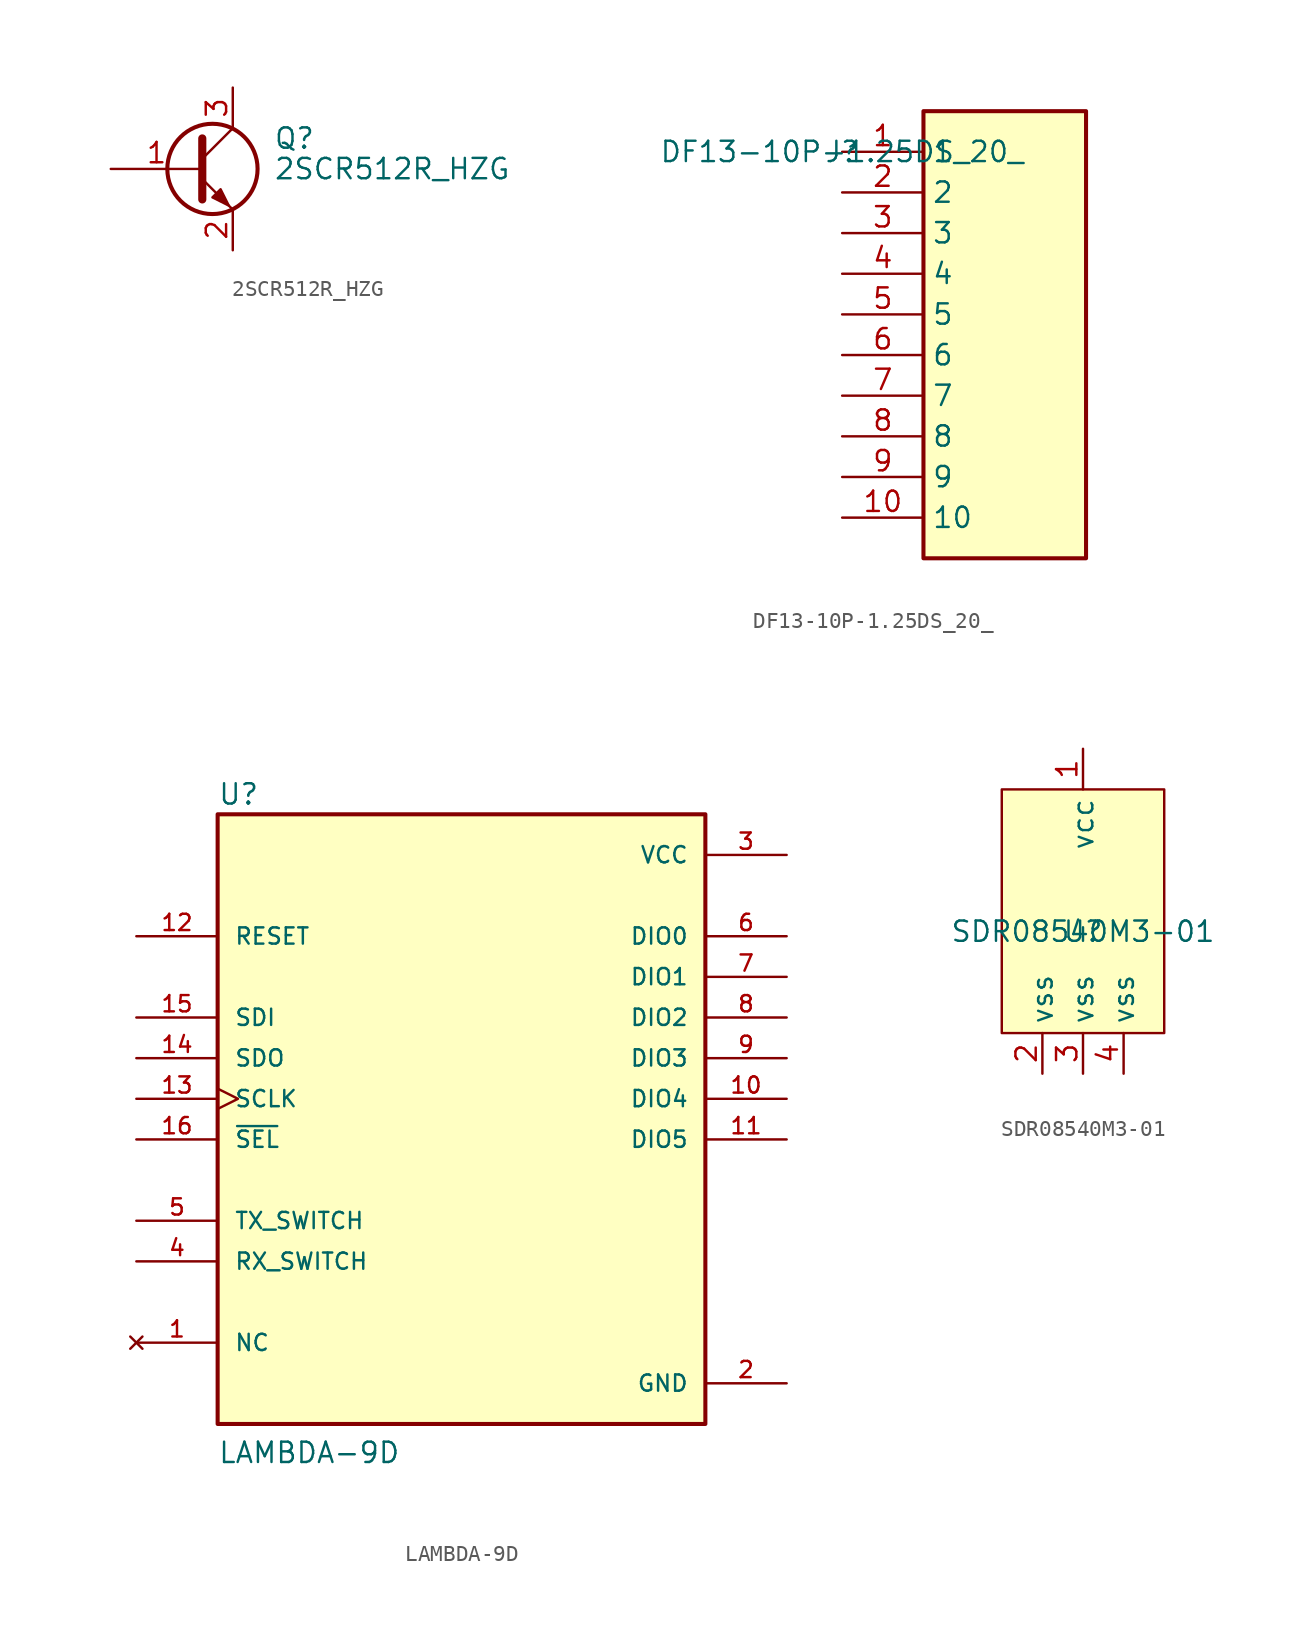
<source format=kicad_sym>
(kicad_symbol_lib
  (version 20211014)
  (generator kicad_symbol_editor)
  (symbol "2SCR512R_HZG"
    (pin_names
      (offset 0) hide)
    (property "Reference" "Q"
      (at 5.08 1.905 0)
      (effects (font (size 1.27 1.27)) (justify left)))
    (property "Value" "2SCR512R_HZG"
      (at 5.08 0 0)
      (effects (font (size 1.27 1.27)) (justify left)))
    (symbol "2SCR512R_HZG_0_1"
      (polyline (pts (xy 0.635 0.635) (xy 2.54 2.54)) (stroke (width 0) (type default) (color 0 0 0 0)) (fill (type none)))
      (polyline (pts (xy 0.635 -0.635) (xy 2.54 -2.54) (xy 2.54 -2.54)) (stroke (width 0) (type default) (color 0 0 0 0)) (fill (type none)))
      (polyline (pts (xy 0.635 1.905) (xy 0.635 -1.905) (xy 0.635 -1.905)) (stroke (width 0.508) (type default) (color 0 0 0 0)) (fill (type none)))
      (polyline (pts (xy 1.27 -1.778) (xy 1.778 -1.27) (xy 2.286 -2.286) (xy 1.27 -1.778) (xy 1.27 -1.778)) (stroke (width 0) (type default) (color 0 0 0 0)) (fill (type outline)))
      (circle (center 1.27 0) (radius 2.819) (stroke (width 0.254) (type default) (color 0 0 0 0)) (fill (type none))))
    (symbol "2SCR512R_HZG_1_1"
      (pin passive line (at -5.08 0 0) (length 5.715) (name "B" (effects (font (size 1.27 1.27)))) (number "1" (effects (font (size 1.27 1.27)))))
      (pin passive line (at 2.54 -5.08 90) (length 2.54) (name "E" (effects (font (size 1.27 1.27)))) (number "2" (effects (font (size 1.27 1.27)))))
      (pin passive line (at 2.54 5.08 270) (length 2.54) (name "C" (effects (font (size 1.27 1.27)))) (number "3" (effects (font (size 1.27 1.27)))))))
  (symbol "DF13-10P-1.25DS_20_"
    (property "Reference" "J"
      (at 0 0 0)
      (effects (font (size 1.27 1.27))))
    (property "Value" "DF13-10P-1.25DS_20_"
      (at 0 0 0)
      (effects (font (size 1.27 1.27))))
    (symbol "DF13-10P-1.25DS_20__1_1"
      (rectangle (start 5.08 2.54) (end 15.24 -25.4) (stroke (width 0.254) (type default) (color 0 0 0 0)) (fill (type background)))
      (pin passive line (at 0 0 0) (length 5.08) (name "1" (effects (font (size 1.27 1.27)))) (number "1" (effects (font (size 1.27 1.27)))))
      (pin passive line (at 0 -22.86 0) (length 5.08) (name "10" (effects (font (size 1.27 1.27)))) (number "10" (effects (font (size 1.27 1.27)))))
      (pin passive line (at 0 -2.54 0) (length 5.08) (name "2" (effects (font (size 1.27 1.27)))) (number "2" (effects (font (size 1.27 1.27)))))
      (pin passive line (at 0 -5.08 0) (length 5.08) (name "3" (effects (font (size 1.27 1.27)))) (number "3" (effects (font (size 1.27 1.27)))))
      (pin passive line (at 0 -7.62 0) (length 5.08) (name "4" (effects (font (size 1.27 1.27)))) (number "4" (effects (font (size 1.27 1.27)))))
      (pin passive line (at 0 -10.16 0) (length 5.08) (name "5" (effects (font (size 1.27 1.27)))) (number "5" (effects (font (size 1.27 1.27)))))
      (pin passive line (at 0 -12.7 0) (length 5.08) (name "6" (effects (font (size 1.27 1.27)))) (number "6" (effects (font (size 1.27 1.27)))))
      (pin passive line (at 0 -15.24 0) (length 5.08) (name "7" (effects (font (size 1.27 1.27)))) (number "7" (effects (font (size 1.27 1.27)))))
      (pin passive line (at 0 -17.78 0) (length 5.08) (name "8" (effects (font (size 1.27 1.27)))) (number "8" (effects (font (size 1.27 1.27)))))
      (pin passive line (at 0 -20.32 0) (length 5.08) (name "9" (effects (font (size 1.27 1.27)))) (number "9" (effects (font (size 1.27 1.27)))))))
  (symbol "LAMBDA-9D"
    (pin_names
      (offset 1.016))
    (property "Reference" "U"
      (at -15.24 20.828 0)
      (effects (font (size 1.27 1.27)) (justify left bottom)))
    (property "Value" "LAMBDA-9D"
      (at -15.24 -20.32 0)
      (effects (font (size 1.27 1.27)) (justify left bottom)))
    (symbol "LAMBDA-9D_0_0"
      (rectangle (start -15.24 -17.78) (end 15.24 20.32) (stroke (width 0.254) (type default) (color 0 0 0 0)) (fill (type background)))
      (pin no_connect line (at -20.32 -12.7 0) (length 5.08) (name "NC" (effects (font (size 1.016 1.016)))) (number "1" (effects (font (size 1.016 1.016)))))
      (pin bidirectional line (at 20.32 2.54 180) (length 5.08) (name "DIO4" (effects (font (size 1.016 1.016)))) (number "10" (effects (font (size 1.016 1.016)))))
      (pin bidirectional line (at 20.32 0 180) (length 5.08) (name "DIO5" (effects (font (size 1.016 1.016)))) (number "11" (effects (font (size 1.016 1.016)))))
      (pin input line (at -20.32 12.7 0) (length 5.08) (name "RESET" (effects (font (size 1.016 1.016)))) (number "12" (effects (font (size 1.016 1.016)))))
      (pin input clock (at -20.32 2.54 0) (length 5.08) (name "SCLK" (effects (font (size 1.016 1.016)))) (number "13" (effects (font (size 1.016 1.016)))))
      (pin output line (at -20.32 5.08 0) (length 5.08) (name "SDO" (effects (font (size 1.016 1.016)))) (number "14" (effects (font (size 1.016 1.016)))))
      (pin input line (at -20.32 7.62 0) (length 5.08) (name "SDI" (effects (font (size 1.016 1.016)))) (number "15" (effects (font (size 1.016 1.016)))))
      (pin input line (at -20.32 0 0) (length 5.08) (name "~{SEL}" (effects (font (size 1.016 1.016)))) (number "16" (effects (font (size 1.016 1.016)))))
      (pin power_in line (at 20.32 -15.24 180) (length 5.08) (name "GND" (effects (font (size 1.016 1.016)))) (number "2" (effects (font (size 1.016 1.016)))))
      (pin power_in line (at 20.32 17.78 180) (length 5.08) (name "VCC" (effects (font (size 1.016 1.016)))) (number "3" (effects (font (size 1.016 1.016)))))
      (pin input line (at -20.32 -7.62 0) (length 5.08) (name "RX_SWITCH" (effects (font (size 1.016 1.016)))) (number "4" (effects (font (size 1.016 1.016)))))
      (pin input line (at -20.32 -5.08 0) (length 5.08) (name "TX_SWITCH" (effects (font (size 1.016 1.016)))) (number "5" (effects (font (size 1.016 1.016)))))
      (pin bidirectional line (at 20.32 12.7 180) (length 5.08) (name "DIO0" (effects (font (size 1.016 1.016)))) (number "6" (effects (font (size 1.016 1.016)))))
      (pin bidirectional line (at 20.32 10.16 180) (length 5.08) (name "DIO1" (effects (font (size 1.016 1.016)))) (number "7" (effects (font (size 1.016 1.016)))))
      (pin bidirectional line (at 20.32 7.62 180) (length 5.08) (name "DIO2" (effects (font (size 1.016 1.016)))) (number "8" (effects (font (size 1.016 1.016)))))
      (pin bidirectional line (at 20.32 5.08 180) (length 5.08) (name "DIO3" (effects (font (size 1.016 1.016)))) (number "9" (effects (font (size 1.016 1.016)))))))
  (symbol "SDR08540M3-01"
    (property "Reference" "U"
      (at 0 0 0)
      (effects (font (size 1.27 1.27))))
    (property "Value" "SDR08540M3-01"
      (at 0 0 0)
      (effects (font (size 1.27 1.27))))
    (symbol "SDR08540M3-01_0_1"
      (rectangle (start -5.08 8.89) (end 5.08 -6.35) (stroke (width 0) (type default) (color 0 0 0 0)) (fill (type background))))
    (symbol "SDR08540M3-01_1_1"
      (pin power_in line (at 0 11.43 270) (length 2.54) (name "vcc" (effects (font (size 1.27 1.27)))) (number "1" (effects (font (size 1.27 1.27)))))
      (pin power_in line (at -2.54 -8.89 90) (length 2.54) (name "vss" (effects (font (size 1.27 1.27)))) (number "2" (effects (font (size 1.27 1.27)))))
      (pin power_in line (at 0 -8.89 90) (length 2.54) (name "vss" (effects (font (size 1.27 1.27)))) (number "3" (effects (font (size 1.27 1.27)))))
      (pin power_in line (at 2.54 -8.89 90) (length 2.54) (name "vss" (effects (font (size 1.27 1.27)))) (number "4" (effects (font (size 1.27 1.27))))))))
</source>
